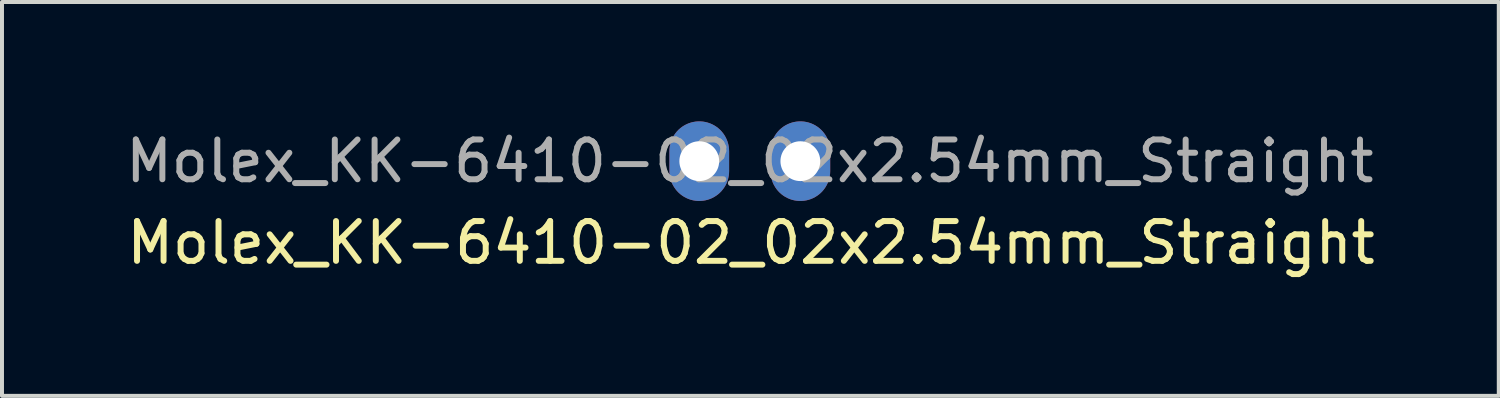
<source format=kicad_pcb>
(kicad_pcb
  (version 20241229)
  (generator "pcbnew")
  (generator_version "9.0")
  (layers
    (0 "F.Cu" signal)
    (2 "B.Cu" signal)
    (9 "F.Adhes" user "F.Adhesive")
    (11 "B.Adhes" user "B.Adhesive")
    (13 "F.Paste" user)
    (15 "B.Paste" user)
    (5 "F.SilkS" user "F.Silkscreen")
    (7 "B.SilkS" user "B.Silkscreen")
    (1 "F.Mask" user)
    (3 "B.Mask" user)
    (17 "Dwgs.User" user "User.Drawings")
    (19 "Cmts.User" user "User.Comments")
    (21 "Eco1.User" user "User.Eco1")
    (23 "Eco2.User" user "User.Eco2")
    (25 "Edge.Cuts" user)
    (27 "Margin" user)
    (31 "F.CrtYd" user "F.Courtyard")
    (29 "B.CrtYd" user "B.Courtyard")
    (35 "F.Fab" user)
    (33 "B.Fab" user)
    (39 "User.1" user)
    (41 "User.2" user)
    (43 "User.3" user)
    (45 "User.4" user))
  (footprint "Molex_KK-6410-02_02x2.54mm_Straight"
    (layer "F.Cu")
    (at 14.522 1)
    (property "Reference" "Molex_KK-6410-02_02x2.54mm_Straight" (at 1.3 2.05 0) (layer "F.SilkS") (effects (font (size 1 1) (thickness 0.15))))
    (attr through_hole)
    (fp_text user "${REFERENCE}" (at 1.27 0 0) (layer "F.Fab") (effects (font (size 1 1) (thickness 0.15))))
    (pad "1" thru_hole oval (at 0 0) (size 1.5 2) (drill 1) (layers "*.Cu" "*.Mask"))
    (pad "2" thru_hole oval (at 2.54 0) (size 1.5 2) (drill 1) (layers "*.Cu" "*.Mask")))
  (gr_rect
    (start -3 -3)
    (end 34.613 6.898)
    (stroke (width 0.1) (type default))
    (fill no)
    (layer "Edge.Cuts")))
</source>
